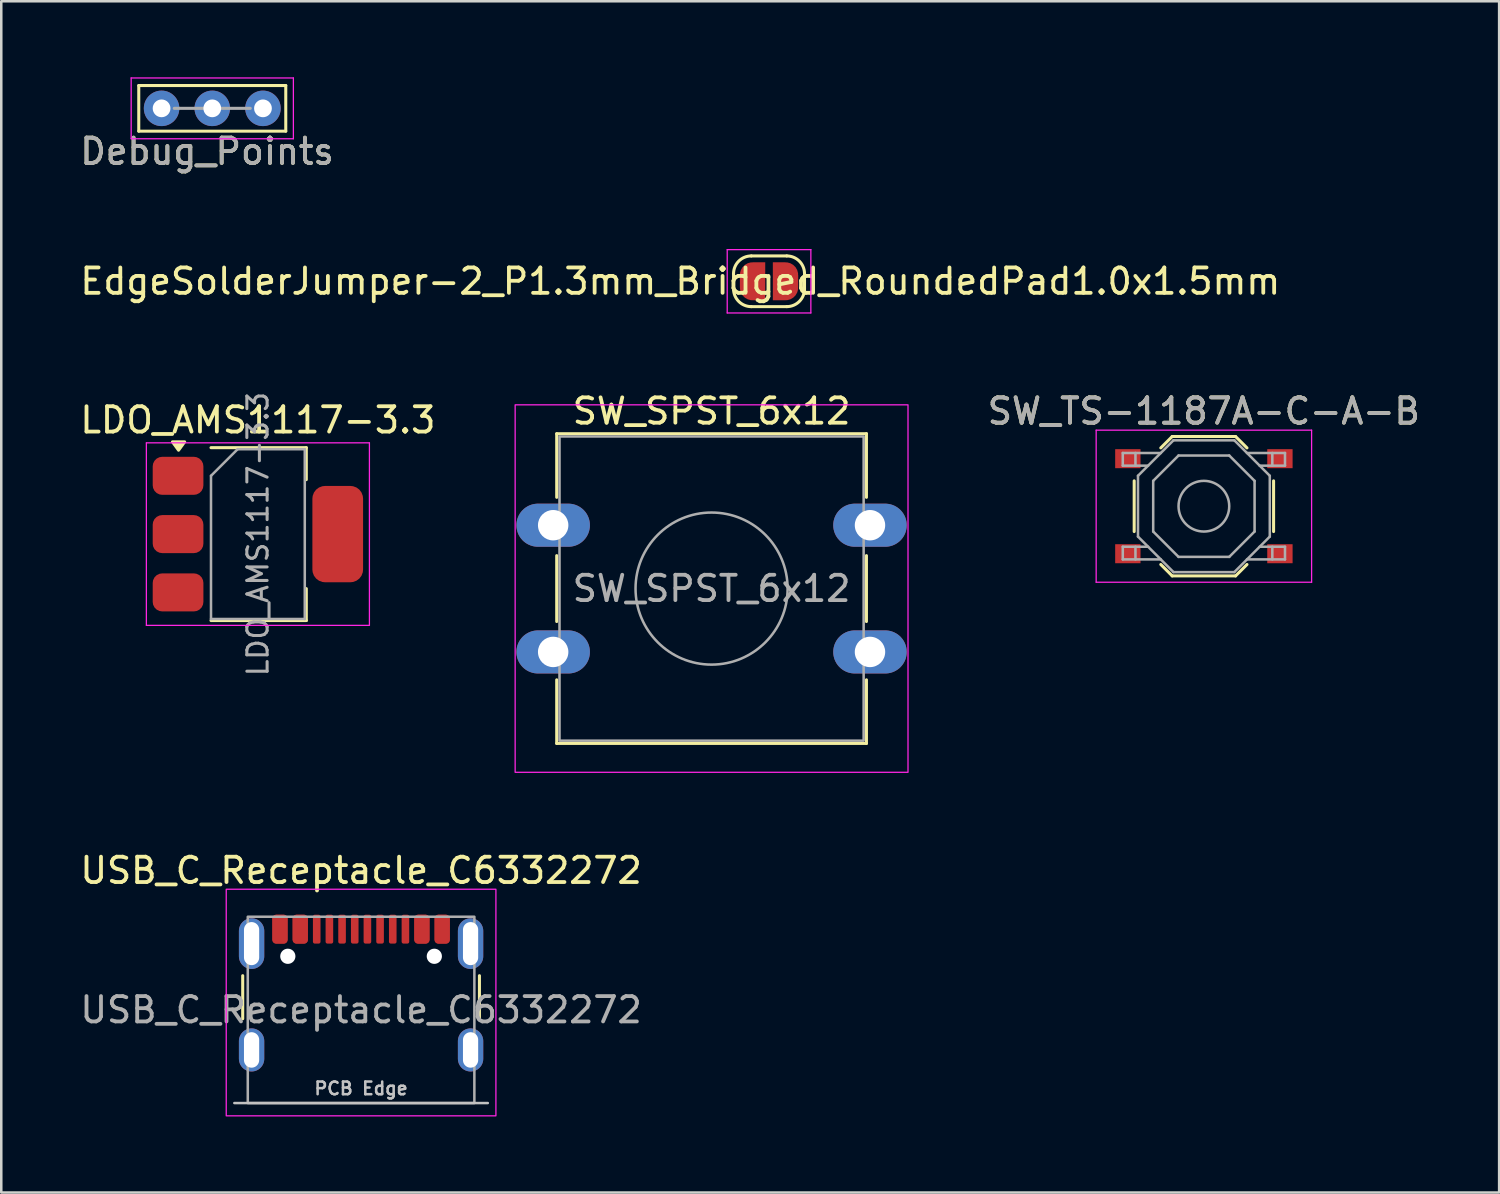
<source format=kicad_pcb>
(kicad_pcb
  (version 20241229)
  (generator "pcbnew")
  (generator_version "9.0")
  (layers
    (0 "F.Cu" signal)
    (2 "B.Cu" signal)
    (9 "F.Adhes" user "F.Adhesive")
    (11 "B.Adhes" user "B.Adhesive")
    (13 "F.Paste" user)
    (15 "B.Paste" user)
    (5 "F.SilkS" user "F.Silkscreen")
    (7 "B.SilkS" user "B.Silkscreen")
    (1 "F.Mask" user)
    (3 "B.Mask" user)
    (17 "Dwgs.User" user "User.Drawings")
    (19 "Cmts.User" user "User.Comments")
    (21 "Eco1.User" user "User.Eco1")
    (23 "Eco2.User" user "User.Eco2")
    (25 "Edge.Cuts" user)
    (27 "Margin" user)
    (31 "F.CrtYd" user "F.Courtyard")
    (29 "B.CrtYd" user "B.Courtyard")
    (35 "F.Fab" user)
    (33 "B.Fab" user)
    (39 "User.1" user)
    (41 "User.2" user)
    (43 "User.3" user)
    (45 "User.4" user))
  (footprint "SW_SPST_6x12"
    (layer "F.Cu")
    (at 18.775 17.672)
    (property "Reference" "SW_SPST_6x12" (at 6.25 -4.5 180) (layer "F.SilkS") (effects (font (size 1 1) (thickness 0.15))))
    (attr through_hole exclude_from_bom)
    (fp_line (start 0.14 -3.61) (end 0.14 -1.1) (stroke (width 0.12) (type default)) (layer "F.SilkS"))
    (fp_line (start 0.14 -3.61) (end 12.36 -3.61) (stroke (width 0.12) (type default)) (layer "F.SilkS"))
    (fp_line (start 0.14 1.2) (end 0.14 3.8) (stroke (width 0.12) (type default)) (layer "F.SilkS"))
    (fp_line (start 0.14 6.1) (end 0.14 8.61) (stroke (width 0.12) (type default)) (layer "F.SilkS"))
    (fp_line (start 12.36 -3.61) (end 12.36 -1.1) (stroke (width 0.12) (type default)) (layer "F.SilkS"))
    (fp_line (start 12.36 1.2) (end 12.36 3.8) (stroke (width 0.12) (type default)) (layer "F.SilkS"))
    (fp_line (start 12.36 6.1) (end 12.36 8.61) (stroke (width 0.12) (type default)) (layer "F.SilkS"))
    (fp_line (start 12.36 8.61) (end 0.14 8.61) (stroke (width 0.12) (type default)) (layer "F.SilkS"))
    (fp_rect (start -1.5 -4.75) (end 14 9.75) (stroke (width 0.05) (type default)) (fill no) (layer "F.CrtYd"))
    (fp_rect (start 0.25 -3.5) (end 12.25 8.5) (stroke (width 0.1) (type default)) (fill no) (layer "F.Fab"))
    (fp_circle (center 6.25 2.5) (end 9.25 2.5) (stroke (width 0.1) (type default)) (fill no) (layer "F.Fab"))
    (fp_text user "${REFERENCE}" (at 6.25 2.5 0) (layer "F.Fab") (effects (font (size 1 1) (thickness 0.15))))
    (pad "1" thru_hole oval (at 0 0) (size 2.9 1.7) (drill 1.2) (layers "*.Cu" "*.Mask"))
    (pad "1" thru_hole oval (at 12.5 0) (size 2.9 1.7) (drill 1.2) (layers "*.Cu" "*.Mask"))
    (pad "2" thru_hole oval (at 0 5) (size 2.9 1.7) (drill 1.2) (layers "*.Cu" "*.Mask"))
    (pad "2" thru_hole oval (at 12.5 5) (size 2.9 1.7) (drill 1.2) (layers "*.Cu" "*.Mask")))
  (footprint "USB_C_Receptacle_C6332272"
    (layer "F.Cu")
    (at 11.196 36.795)
    (property "Reference" "USB_C_Receptacle_C6332272" (at 0 -5.5 0) (unlocked yes) (layer "F.SilkS") (effects (font (size 1 1) (thickness 0.15))))
    (attr smd)
    (fp_line (start -4.67 0.35) (end -4.67 -1.35) (stroke (width 0.12) (type solid)) (layer "F.SilkS"))
    (fp_line (start 4.67 0.35) (end 4.67 -1.35) (stroke (width 0.12) (type solid)) (layer "F.SilkS"))
    (fp_line (start 5 3.675) (end -5 3.675) (stroke (width 0.1) (type solid)) (layer "Dwgs.User"))
    (fp_rect (start -5.32 -4.76) (end 5.32 4.18) (stroke (width 0.05) (type solid)) (fill no) (layer "F.CrtYd"))
    (fp_rect (start -4.47 -3.675) (end 4.47 3.675) (stroke (width 0.1) (type solid)) (fill no) (layer "F.Fab"))
    (fp_text user "PCB Edge" (at 0 3.1 0) (unlocked yes) (layer "Dwgs.User") (effects (font (size 0.5 0.5) (thickness 0.1))))
    (fp_text user "${REFERENCE}" (at 0 0 0) (unlocked yes) (layer "F.Fab") (effects (font (size 1 1) (thickness 0.15))))
    (pad "" np_thru_hole circle (at -2.89 -2.115) (size 0.6 0.6) (drill 0.6) (layers "*.Cu" "*.Mask"))
    (pad "" np_thru_hole circle (at 2.89 -2.115) (size 0.6 0.6) (drill 0.6) (layers "*.Cu" "*.Mask"))
    (pad "A1" smd roundrect (at -3.2 -3.185) (size 0.6 1.14) (layers "F.Cu" "F.Mask" "F.Paste") (roundrect_rratio 0.25))
    (pad "A4" smd roundrect (at -2.4 -3.185) (size 0.6 1.14) (layers "F.Cu" "F.Mask" "F.Paste") (roundrect_rratio 0.25))
    (pad "A5" smd roundrect (at -1.25 -3.185) (size 0.3 1.14) (layers "F.Cu" "F.Mask" "F.Paste") (roundrect_rratio 0.25))
    (pad "A6" smd roundrect (at -0.25 -3.185) (size 0.3 1.14) (layers "F.Cu" "F.Mask" "F.Paste") (roundrect_rratio 0.25))
    (pad "A7" smd roundrect (at 0.25 -3.185) (size 0.3 1.14) (layers "F.Cu" "F.Mask" "F.Paste") (roundrect_rratio 0.25))
    (pad "A8" smd roundrect (at 1.25 -3.185) (size 0.3 1.14) (layers "F.Cu" "F.Mask" "F.Paste") (roundrect_rratio 0.25))
    (pad "A9" smd roundrect (at 2.4 -3.185) (size 0.6 1.14) (layers "F.Cu" "F.Mask" "F.Paste") (roundrect_rratio 0.25))
    (pad "A12" smd roundrect (at 3.2 -3.185) (size 0.6 1.14) (layers "F.Cu" "F.Mask" "F.Paste") (roundrect_rratio 0.25))
    (pad "B1" smd roundrect (at 3.2 -3.185) (size 0.6 1.14) (layers "F.Cu" "F.Mask" "F.Paste") (roundrect_rratio 0.25))
    (pad "B4" smd roundrect (at 2.4 -3.185) (size 0.6 1.14) (layers "F.Cu" "F.Mask" "F.Paste") (roundrect_rratio 0.25))
    (pad "B5" smd roundrect (at 1.75 -3.185) (size 0.3 1.14) (layers "F.Cu" "F.Mask" "F.Paste") (roundrect_rratio 0.25))
    (pad "B6" smd roundrect (at 0.75 -3.185) (size 0.3 1.14) (layers "F.Cu" "F.Mask" "F.Paste") (roundrect_rratio 0.25))
    (pad "B7" smd roundrect (at -0.75 -3.185) (size 0.3 1.14) (layers "F.Cu" "F.Mask" "F.Paste") (roundrect_rratio 0.25))
    (pad "B8" smd roundrect (at -1.75 -3.185) (size 0.3 1.14) (layers "F.Cu" "F.Mask" "F.Paste") (roundrect_rratio 0.25))
    (pad "B9" smd roundrect (at -2.4 -3.185) (size 0.6 1.14) (layers "F.Cu" "F.Mask" "F.Paste") (roundrect_rratio 0.25))
    (pad "B12" smd roundrect (at -3.2 -3.185) (size 0.6 1.14) (layers "F.Cu" "F.Mask" "F.Paste") (roundrect_rratio 0.25))
    (pad "S1" thru_hole oval (at -4.32 -2.615) (size 1 2) (drill oval 0.6 1.7) (layers "*.Cu" "*.Mask" "F.Paste"))
    (pad "S1" thru_hole oval (at -4.32 1.58) (size 1 1.7) (drill oval 0.6 1.4) (layers "*.Cu" "*.Mask" "F.Paste"))
    (pad "S1" thru_hole oval (at 4.32 -2.615) (size 1 2) (drill oval 0.6 1.7) (layers "*.Cu" "*.Mask" "F.Paste"))
    (pad "S1" thru_hole oval (at 4.32 1.58) (size 1 1.7) (drill oval 0.6 1.4) (layers "*.Cu" "*.Mask" "F.Paste")))
  (footprint "SW_TS-1187A-C-A-B"
    (layer "F.Cu")
    (at 44.449 16.922)
    (property "Reference" "SW_TS-1187A-C-A-B" (at 0 -3.75 0) (layer "F.SilkS") (effects (font (size 1 1) (thickness 0.15))))
    (attr smd)
    (fp_line (start -2.75 -1) (end -2.75 1) (stroke (width 0.12) (type solid)) (layer "F.SilkS"))
    (fp_line (start -1.7 -2.3) (end -1.25 -2.75) (stroke (width 0.12) (type solid)) (layer "F.SilkS"))
    (fp_line (start -1.7 2.3) (end -1.25 2.75) (stroke (width 0.12) (type solid)) (layer "F.SilkS"))
    (fp_line (start -1.25 -2.75) (end 1.25 -2.75) (stroke (width 0.12) (type solid)) (layer "F.SilkS"))
    (fp_line (start -1.25 2.75) (end 1.25 2.75) (stroke (width 0.12) (type solid)) (layer "F.SilkS"))
    (fp_line (start 1.7 -2.3) (end 1.25 -2.75) (stroke (width 0.12) (type solid)) (layer "F.SilkS"))
    (fp_line (start 1.7 2.3) (end 1.25 2.75) (stroke (width 0.12) (type solid)) (layer "F.SilkS"))
    (fp_line (start 2.75 -1) (end 2.75 1) (stroke (width 0.12) (type solid)) (layer "F.SilkS"))
    (fp_line (start -4.25 -3) (end 4.25 -3) (stroke (width 0.05) (type solid)) (layer "F.CrtYd"))
    (fp_line (start -4.25 3) (end -4.25 -3) (stroke (width 0.05) (type solid)) (layer "F.CrtYd"))
    (fp_line (start 4.25 -3) (end 4.25 3) (stroke (width 0.05) (type solid)) (layer "F.CrtYd"))
    (fp_line (start 4.25 3) (end -4.25 3) (stroke (width 0.05) (type solid)) (layer "F.CrtYd"))
    (fp_line (start -3.2 -2.1) (end -3.2 -1.6) (stroke (width 0.1) (type solid)) (layer "F.Fab"))
    (fp_line (start -3.2 -1.6) (end -2.2 -1.6) (stroke (width 0.1) (type solid)) (layer "F.Fab"))
    (fp_line (start -3.2 1.6) (end -2.2 1.6) (stroke (width 0.1) (type solid)) (layer "F.Fab"))
    (fp_line (start -3.2 2.1) (end -3.2 1.6) (stroke (width 0.1) (type solid)) (layer "F.Fab"))
    (fp_line (start -2.7 -2.1) (end -2.7 -1.6) (stroke (width 0.1) (type solid)) (layer "F.Fab"))
    (fp_line (start -2.7 2.1) (end -2.7 1.6) (stroke (width 0.1) (type solid)) (layer "F.Fab"))
    (fp_line (start -2.6 -1.2) (end -2.6 1.2) (stroke (width 0.1) (type solid)) (layer "F.Fab"))
    (fp_line (start -2.6 1.2) (end -1.2 2.6) (stroke (width 0.1) (type solid)) (layer "F.Fab"))
    (fp_line (start -2 -1) (end -1 -2) (stroke (width 0.1) (type solid)) (layer "F.Fab"))
    (fp_line (start -2 1) (end -2 -1) (stroke (width 0.1) (type solid)) (layer "F.Fab"))
    (fp_line (start -1.7 -2.1) (end -3.2 -2.1) (stroke (width 0.1) (type solid)) (layer "F.Fab"))
    (fp_line (start -1.7 2.1) (end -3.2 2.1) (stroke (width 0.1) (type solid)) (layer "F.Fab"))
    (fp_line (start -1.2 -2.6) (end -2.6 -1.2) (stroke (width 0.1) (type solid)) (layer "F.Fab"))
    (fp_line (start -1.2 2.6) (end 1.2 2.6) (stroke (width 0.1) (type solid)) (layer "F.Fab"))
    (fp_line (start -1 -2) (end 1 -2) (stroke (width 0.1) (type solid)) (layer "F.Fab"))
    (fp_line (start -1 2) (end -2 1) (stroke (width 0.1) (type solid)) (layer "F.Fab"))
    (fp_line (start 1 -2) (end 2 -1) (stroke (width 0.1) (type solid)) (layer "F.Fab"))
    (fp_line (start 1 2) (end -1 2) (stroke (width 0.1) (type solid)) (layer "F.Fab"))
    (fp_line (start 1.2 -2.6) (end -1.2 -2.6) (stroke (width 0.1) (type solid)) (layer "F.Fab"))
    (fp_line (start 1.2 2.6) (end 2.6 1.2) (stroke (width 0.1) (type solid)) (layer "F.Fab"))
    (fp_line (start 1.7 -2.1) (end 3.2 -2.1) (stroke (width 0.1) (type solid)) (layer "F.Fab"))
    (fp_line (start 1.7 2.1) (end 3.2 2.1) (stroke (width 0.1) (type solid)) (layer "F.Fab"))
    (fp_line (start 2 -1) (end 2 1) (stroke (width 0.1) (type solid)) (layer "F.Fab"))
    (fp_line (start 2 1) (end 1 2) (stroke (width 0.1) (type solid)) (layer "F.Fab"))
    (fp_line (start 2.6 -1.2) (end 1.2 -2.6) (stroke (width 0.1) (type solid)) (layer "F.Fab"))
    (fp_line (start 2.6 1.2) (end 2.6 -1.2) (stroke (width 0.1) (type solid)) (layer "F.Fab"))
    (fp_line (start 2.7 -2.1) (end 2.7 -1.6) (stroke (width 0.1) (type solid)) (layer "F.Fab"))
    (fp_line (start 2.7 2.1) (end 2.7 1.6) (stroke (width 0.1) (type solid)) (layer "F.Fab"))
    (fp_line (start 3.2 -2.1) (end 3.2 -1.6) (stroke (width 0.1) (type solid)) (layer "F.Fab"))
    (fp_line (start 3.2 -1.6) (end 2.2 -1.6) (stroke (width 0.1) (type solid)) (layer "F.Fab"))
    (fp_line (start 3.2 1.6) (end 2.2 1.6) (stroke (width 0.1) (type solid)) (layer "F.Fab"))
    (fp_line (start 3.2 2.1) (end 3.2 1.6) (stroke (width 0.1) (type solid)) (layer "F.Fab"))
    (fp_circle (center 0 0) (end 1 0) (stroke (width 0.1) (type solid)) (fill no) (layer "F.Fab"))
    (fp_text user "${REFERENCE}" (at 0 -3.75 0) (layer "F.Fab") (effects (font (size 1 1) (thickness 0.15))))
    (pad "1" smd rect (at -3 -1.875) (size 1 0.75) (layers "F.Cu" "F.Mask" "F.Paste"))
    (pad "1" smd rect (at 3 -1.875) (size 1 0.75) (layers "F.Cu" "F.Mask" "F.Paste"))
    (pad "2" smd rect (at -3 1.875) (size 1 0.75) (layers "F.Cu" "F.Mask" "F.Paste"))
    (pad "2" smd rect (at 3 1.875) (size 1 0.75) (layers "F.Cu" "F.Mask" "F.Paste")))
  (footprint "EdgeSolderJumper-2_P1.3mm_Bridged_RoundedPad1.0x1.5mm"
    (layer "F.Cu")
    (at 27.292 8.048)
    (property "Reference" "EdgeSolderJumper-2_P1.3mm_Bridged_RoundedPad1.0x1.5mm" (at -3.5 0 0) (layer "F.SilkS") (effects (font (size 1 1) (thickness 0.15))))
    (attr exclude_from_pos_files exclude_from_bom)
    (fp_line (start -1.4 0.3) (end -1.4 -0.3) (stroke (width 0.12) (type solid)) (layer "F.SilkS"))
    (fp_line (start -0.7 -1) (end 0.7 -1) (stroke (width 0.12) (type solid)) (layer "F.SilkS"))
    (fp_line (start 0.7 1) (end -0.7 1) (stroke (width 0.12) (type solid)) (layer "F.SilkS"))
    (fp_line (start 1.4 -0.3) (end 1.4 0.3) (stroke (width 0.12) (type solid)) (layer "F.SilkS"))
    (fp_arc (start -1.4 -0.3) (mid -1.194975 -0.794975) (end -0.7 -1) (stroke (width 0.12) (type solid)) (layer "F.SilkS"))
    (fp_arc (start -0.7 1) (mid -1.194975 0.794975) (end -1.4 0.3) (stroke (width 0.12) (type solid)) (layer "F.SilkS"))
    (fp_arc (start 0.7 -1) (mid 1.194975 -0.794975) (end 1.4 -0.3) (stroke (width 0.12) (type solid)) (layer "F.SilkS"))
    (fp_arc (start 1.4 0.3) (mid 1.194975 0.794975) (end 0.7 1) (stroke (width 0.12) (type solid)) (layer "F.SilkS"))
    (fp_line (start -1.65 -1.25) (end -1.65 1.25) (stroke (width 0.05) (type solid)) (layer "F.CrtYd"))
    (fp_line (start -1.65 -1.25) (end 1.65 -1.25) (stroke (width 0.05) (type solid)) (layer "F.CrtYd"))
    (fp_line (start 1.65 1.25) (end -1.65 1.25) (stroke (width 0.05) (type solid)) (layer "F.CrtYd"))
    (fp_line (start 1.65 1.25) (end 1.65 -1.25) (stroke (width 0.05) (type solid)) (layer "F.CrtYd"))
    (pad "1" smd custom (at -0.65 0) (size 1 0.5) (layers "F.Cu" "F.Mask") (options (anchor rect)) (primitives (gr_circle (center 0 0.25) (end 0.5 0.25) (width 0) (fill yes)) (gr_circle (center 0 -0.25) (end 0.5 -0.25) (width 0) (fill yes)) (gr_poly (pts (xy 0.5 0.75) (xy 0 0.75) (xy 0 -0.75) (xy 0.5 -0.75)) (width 0) (fill yes))))
    (pad "2" smd custom (at 0.65 0) (size 1 0.5) (layers "F.Cu" "F.Mask") (options (anchor rect)) (primitives (gr_circle (center 0 0.25) (end 0.5 0.25) (width 0) (fill yes)) (gr_circle (center 0 -0.25) (end 0.5 -0.25) (width 0) (fill yes)) (gr_poly (pts (xy 0 0.75) (xy -0.5 0.75) (xy -0.5 -0.75) (xy 0 -0.75)) (width 0) (fill yes)))))
  (footprint "Debug_Points"
    (layer "F.Cu")
    (at 4.025 1.225)
    (property "Reference" "Debug_Points" (at 1.1 1.7 0) (layer "F.SilkS") (effects (font (size 1 1) (thickness 0.15))))
    (attr through_hole)
    (fp_line (start -1.6 -0.9) (end -1.6 0.9) (stroke (width 0.12) (type solid)) (layer "F.SilkS"))
    (fp_line (start -1.6 -0.9) (end 4.2 -0.9) (stroke (width 0.12) (type solid)) (layer "F.SilkS"))
    (fp_line (start 4.2 0.9) (end -1.6 0.9) (stroke (width 0.12) (type solid)) (layer "F.SilkS"))
    (fp_line (start 4.2 0.9) (end 4.2 -0.9) (stroke (width 0.12) (type solid)) (layer "F.SilkS"))
    (fp_line (start -1.9 -1.2) (end -1.9 1.2) (stroke (width 0.05) (type solid)) (layer "F.CrtYd"))
    (fp_line (start -1.9 -1.2) (end 4.5 -1.2) (stroke (width 0.05) (type solid)) (layer "F.CrtYd"))
    (fp_line (start 4.5 1.2) (end -1.9 1.2) (stroke (width 0.05) (type solid)) (layer "F.CrtYd"))
    (fp_line (start 4.5 1.2) (end 4.5 -1.2) (stroke (width 0.05) (type solid)) (layer "F.CrtYd"))
    (fp_line (start 2.8 0) (end -0.2 0) (stroke (width 0.12) (type solid)) (layer "F.Fab"))
    (fp_text user "${REFERENCE}" (at 1.1 1.7 0) (layer "F.Fab") (effects (font (size 1 1) (thickness 0.15))))
    (pad "1" thru_hole circle (at -0.7 0) (size 1.4 1.4) (drill 0.7) (layers "*.Cu" "*.Mask"))
    (pad "2" thru_hole circle (at 1.3 0) (size 1.4 1.4) (drill 0.7) (layers "*.Cu" "*.Mask"))
    (pad "3" thru_hole circle (at 3.3 0) (size 1.4 1.4) (drill 0.7) (layers "*.Cu" "*.Mask")))
  (footprint "LDO_AMS1117-3.3"
    (layer "F.Cu")
    (at 7.125 18.023)
    (property "Reference" "LDO_AMS1117-3.3" (at 0 -4.5 0) (layer "F.SilkS") (effects (font (size 1 1) (thickness 0.15))))
    (attr smd)
    (fp_line (start -1.85 -3.41) (end 1.91 -3.41) (stroke (width 0.12) (type solid)) (layer "F.SilkS"))
    (fp_line (start -1.85 3.41) (end 1.91 3.41) (stroke (width 0.12) (type solid)) (layer "F.SilkS"))
    (fp_line (start 1.91 -3.41) (end 1.91 -2.15) (stroke (width 0.12) (type solid)) (layer "F.SilkS"))
    (fp_line (start 1.91 3.41) (end 1.91 2.15) (stroke (width 0.12) (type solid)) (layer "F.SilkS"))
    (fp_poly (pts (xy -3.13 -3.31) (xy -3.37 -3.64) (xy -2.89 -3.64) (xy -3.13 -3.31)) (stroke (width 0.12) (type solid)) (fill yes) (layer "F.SilkS"))
    (fp_line (start -4.4 -3.6) (end -4.4 3.6) (stroke (width 0.05) (type solid)) (layer "F.CrtYd"))
    (fp_line (start -4.4 3.6) (end 4.4 3.6) (stroke (width 0.05) (type solid)) (layer "F.CrtYd"))
    (fp_line (start 4.4 -3.6) (end -4.4 -3.6) (stroke (width 0.05) (type solid)) (layer "F.CrtYd"))
    (fp_line (start 4.4 3.6) (end 4.4 -3.6) (stroke (width 0.05) (type solid)) (layer "F.CrtYd"))
    (fp_line (start -1.85 -2.3) (end -1.85 3.35) (stroke (width 0.1) (type solid)) (layer "F.Fab"))
    (fp_line (start -1.85 -2.3) (end -0.8 -3.35) (stroke (width 0.1) (type solid)) (layer "F.Fab"))
    (fp_line (start -1.85 3.35) (end 1.85 3.35) (stroke (width 0.1) (type solid)) (layer "F.Fab"))
    (fp_line (start -0.8 -3.35) (end 1.85 -3.35) (stroke (width 0.1) (type solid)) (layer "F.Fab"))
    (fp_line (start 1.85 -3.35) (end 1.85 3.35) (stroke (width 0.1) (type solid)) (layer "F.Fab"))
    (fp_text user "${REFERENCE}" (at 0 0 90) (layer "F.Fab") (effects (font (size 0.8 0.8) (thickness 0.12))))
    (pad "" smd roundrect (at 3.15 0) (size 2 3.8) (layers "F.Cu" "F.Mask" "F.Paste") (roundrect_rratio 0.25))
    (pad "1" smd roundrect (at -3.15 -2.3) (size 2 1.5) (layers "F.Cu" "F.Mask" "F.Paste") (roundrect_rratio 0.25))
    (pad "2" smd roundrect (at -3.15 0) (size 2 1.5) (layers "F.Cu" "F.Mask" "F.Paste") (roundrect_rratio 0.25))
    (pad "3" smd roundrect (at -3.15 2.3) (size 2 1.5) (layers "F.Cu" "F.Mask" "F.Paste") (roundrect_rratio 0.25)))
  (gr_rect
    (start -3 -3)
    (end 56.098 44)
    (stroke (width 0.1) (type default))
    (fill no)
    (layer "Edge.Cuts")))
</source>
